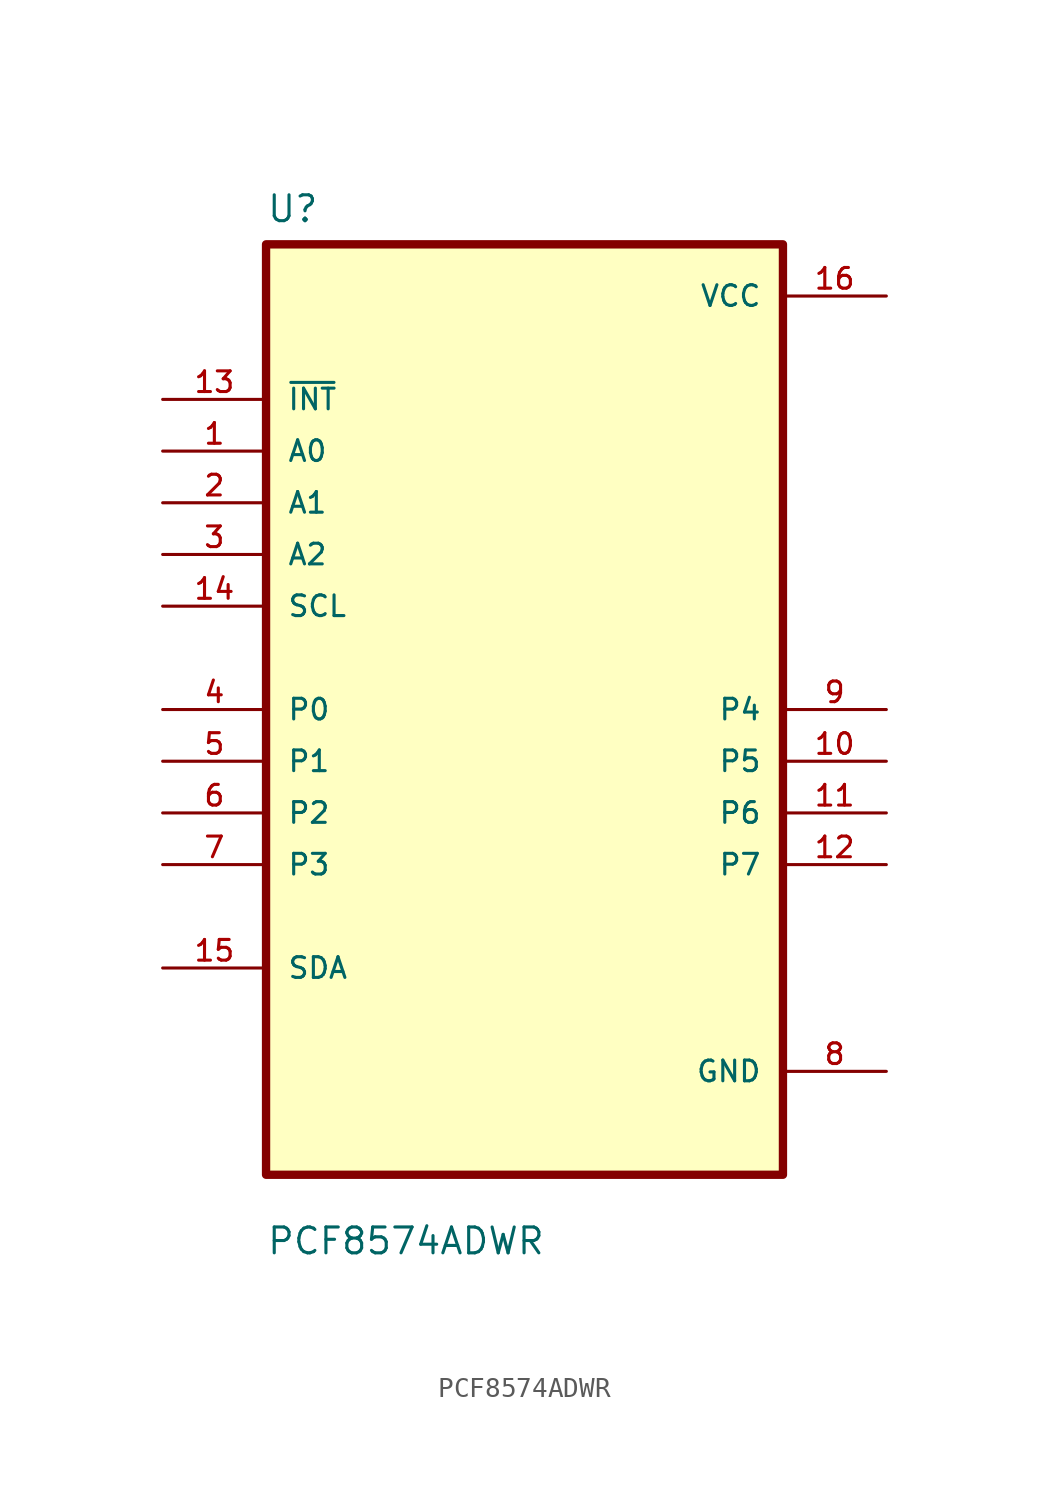
<source format=kicad_sym>
(kicad_symbol_lib
  (version 20211014)
  (generator kicad_symbol_editor)
  (symbol "PCF8574ADWR"
    (pin_names
      (offset 1.016))
    (property "Reference" "U"
      (at -12.7 23.86 0.0)
      (effects (font (size 1.27 1.27)) (justify bottom left)))
    (property "Value" "PCF8574ADWR"
      (at -12.7 -26.86 0.0)
      (effects (font (size 1.27 1.27)) (justify bottom left)))
    (symbol "PCF8574ADWR_0_0"
      (rectangle (start -12.7 -22.86) (end 12.7 22.86) (stroke (width 0.41)) (fill (type background)))
      (pin input line (at -17.78 15.24 0) (length 5.08) (name "~{INT}" (effects (font (size 1.016 1.016)))) (number "13" (effects (font (size 1.016 1.016)))))
      (pin input line (at -17.78 12.7 0) (length 5.08) (name "A0" (effects (font (size 1.016 1.016)))) (number "1" (effects (font (size 1.016 1.016)))))
      (pin input line (at -17.78 10.16 0) (length 5.08) (name "A1" (effects (font (size 1.016 1.016)))) (number "2" (effects (font (size 1.016 1.016)))))
      (pin input line (at -17.78 7.62 0) (length 5.08) (name "A2" (effects (font (size 1.016 1.016)))) (number "3" (effects (font (size 1.016 1.016)))))
      (pin input line (at -17.78 5.08 0) (length 5.08) (name "SCL" (effects (font (size 1.016 1.016)))) (number "14" (effects (font (size 1.016 1.016)))))
      (pin bidirectional line (at -17.78 3.55271e-15 0) (length 5.08) (name "P0" (effects (font (size 1.016 1.016)))) (number "4" (effects (font (size 1.016 1.016)))))
      (pin bidirectional line (at -17.78 -2.54 0) (length 5.08) (name "P1" (effects (font (size 1.016 1.016)))) (number "5" (effects (font (size 1.016 1.016)))))
      (pin bidirectional line (at -17.78 -5.08 0) (length 5.08) (name "P2" (effects (font (size 1.016 1.016)))) (number "6" (effects (font (size 1.016 1.016)))))
      (pin bidirectional line (at -17.78 -7.62 0) (length 5.08) (name "P3" (effects (font (size 1.016 1.016)))) (number "7" (effects (font (size 1.016 1.016)))))
      (pin bidirectional line (at -17.78 -12.7 0) (length 5.08) (name "SDA" (effects (font (size 1.016 1.016)))) (number "15" (effects (font (size 1.016 1.016)))))
      (pin power_in line (at 17.78 20.32 180.0) (length 5.08) (name "VCC" (effects (font (size 1.016 1.016)))) (number "16" (effects (font (size 1.016 1.016)))))
      (pin bidirectional line (at 17.78 0.0 180.0) (length 5.08) (name "P4" (effects (font (size 1.016 1.016)))) (number "9" (effects (font (size 1.016 1.016)))))
      (pin bidirectional line (at 17.78 -2.54 180.0) (length 5.08) (name "P5" (effects (font (size 1.016 1.016)))) (number "10" (effects (font (size 1.016 1.016)))))
      (pin bidirectional line (at 17.78 -5.08 180.0) (length 5.08) (name "P6" (effects (font (size 1.016 1.016)))) (number "11" (effects (font (size 1.016 1.016)))))
      (pin bidirectional line (at 17.78 -7.62 180.0) (length 5.08) (name "P7" (effects (font (size 1.016 1.016)))) (number "12" (effects (font (size 1.016 1.016)))))
      (pin power_in line (at 17.78 -17.78 180.0) (length 5.08) (name "GND" (effects (font (size 1.016 1.016)))) (number "8" (effects (font (size 1.016 1.016))))))))
</source>
